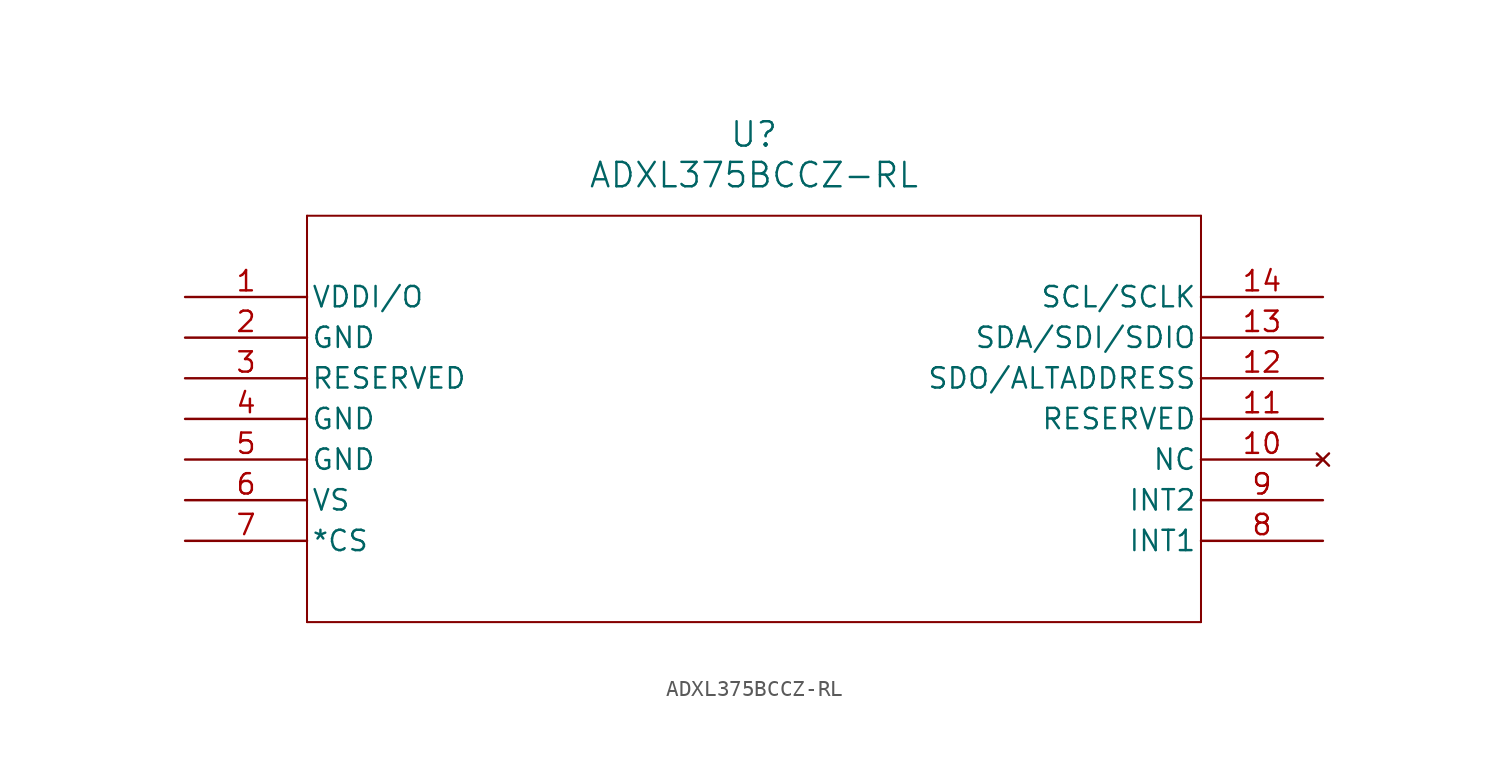
<source format=kicad_sym>
(kicad_symbol_lib
  (version 20211014)
  (generator kicad_symbol_editor)
  (symbol "ADXL375BCCZ-RL"
    (pin_names
      (offset 0.254))
    (property "Reference" "U"
      (at 35.56 10.16 0)
      (effects (font (size 1.524 1.524))))
    (property "Value" "ADXL375BCCZ-RL"
      (at 35.56 7.62 0)
      (effects (font (size 1.524 1.524))))
    (symbol "ADXL375BCCZ-RL_0_1"
      (polyline (pts (xy 7.62 5.08) (xy 7.62 -20.32)) (stroke (width 0.127) (type default) (color 0 0 0 0)) (fill (type none)))
      (polyline (pts (xy 7.62 -20.32) (xy 63.5 -20.32)) (stroke (width 0.127) (type default) (color 0 0 0 0)) (fill (type none)))
      (polyline (pts (xy 63.5 -20.32) (xy 63.5 5.08)) (stroke (width 0.127) (type default) (color 0 0 0 0)) (fill (type none)))
      (polyline (pts (xy 63.5 5.08) (xy 7.62 5.08)) (stroke (width 0.127) (type default) (color 0 0 0 0)) (fill (type none)))
      (pin power_in line (at 0 0 0) (length 7.62) (name "VDDI/O" (effects (font (size 1.27 1.27)))) (number "1" (effects (font (size 1.27 1.27)))))
      (pin power_out line (at 0 -2.54 0) (length 7.62) (name "GND" (effects (font (size 1.27 1.27)))) (number "2" (effects (font (size 1.27 1.27)))))
      (pin unspecified line (at 0 -5.08 0) (length 7.62) (name "RESERVED" (effects (font (size 1.27 1.27)))) (number "3" (effects (font (size 1.27 1.27)))))
      (pin power_out line (at 0 -7.62 0) (length 7.62) (name "GND" (effects (font (size 1.27 1.27)))) (number "4" (effects (font (size 1.27 1.27)))))
      (pin power_out line (at 0 -10.16 0) (length 7.62) (name "GND" (effects (font (size 1.27 1.27)))) (number "5" (effects (font (size 1.27 1.27)))))
      (pin unspecified line (at 0 -12.7 0) (length 7.62) (name "VS" (effects (font (size 1.27 1.27)))) (number "6" (effects (font (size 1.27 1.27)))))
      (pin unspecified line (at 0 -15.24 0) (length 7.62) (name "*CS" (effects (font (size 1.27 1.27)))) (number "7" (effects (font (size 1.27 1.27)))))
      (pin bidirectional line (at 71.12 -15.24 180) (length 7.62) (name "INT1" (effects (font (size 1.27 1.27)))) (number "8" (effects (font (size 1.27 1.27)))))
      (pin bidirectional line (at 71.12 -12.7 180) (length 7.62) (name "INT2" (effects (font (size 1.27 1.27)))) (number "9" (effects (font (size 1.27 1.27)))))
      (pin no_connect line (at 71.12 -10.16 180) (length 7.62) (name "NC" (effects (font (size 1.27 1.27)))) (number "10" (effects (font (size 1.27 1.27)))))
      (pin unspecified line (at 71.12 -7.62 180) (length 7.62) (name "RESERVED" (effects (font (size 1.27 1.27)))) (number "11" (effects (font (size 1.27 1.27)))))
      (pin unspecified line (at 71.12 -5.08 180) (length 7.62) (name "SDO/ALTADDRESS" (effects (font (size 1.27 1.27)))) (number "12" (effects (font (size 1.27 1.27)))))
      (pin unspecified line (at 71.12 -2.54 180) (length 7.62) (name "SDA/SDI/SDIO" (effects (font (size 1.27 1.27)))) (number "13" (effects (font (size 1.27 1.27)))))
      (pin unspecified line (at 71.12 0 180) (length 7.62) (name "SCL/SCLK" (effects (font (size 1.27 1.27)))) (number "14" (effects (font (size 1.27 1.27))))))))
</source>
